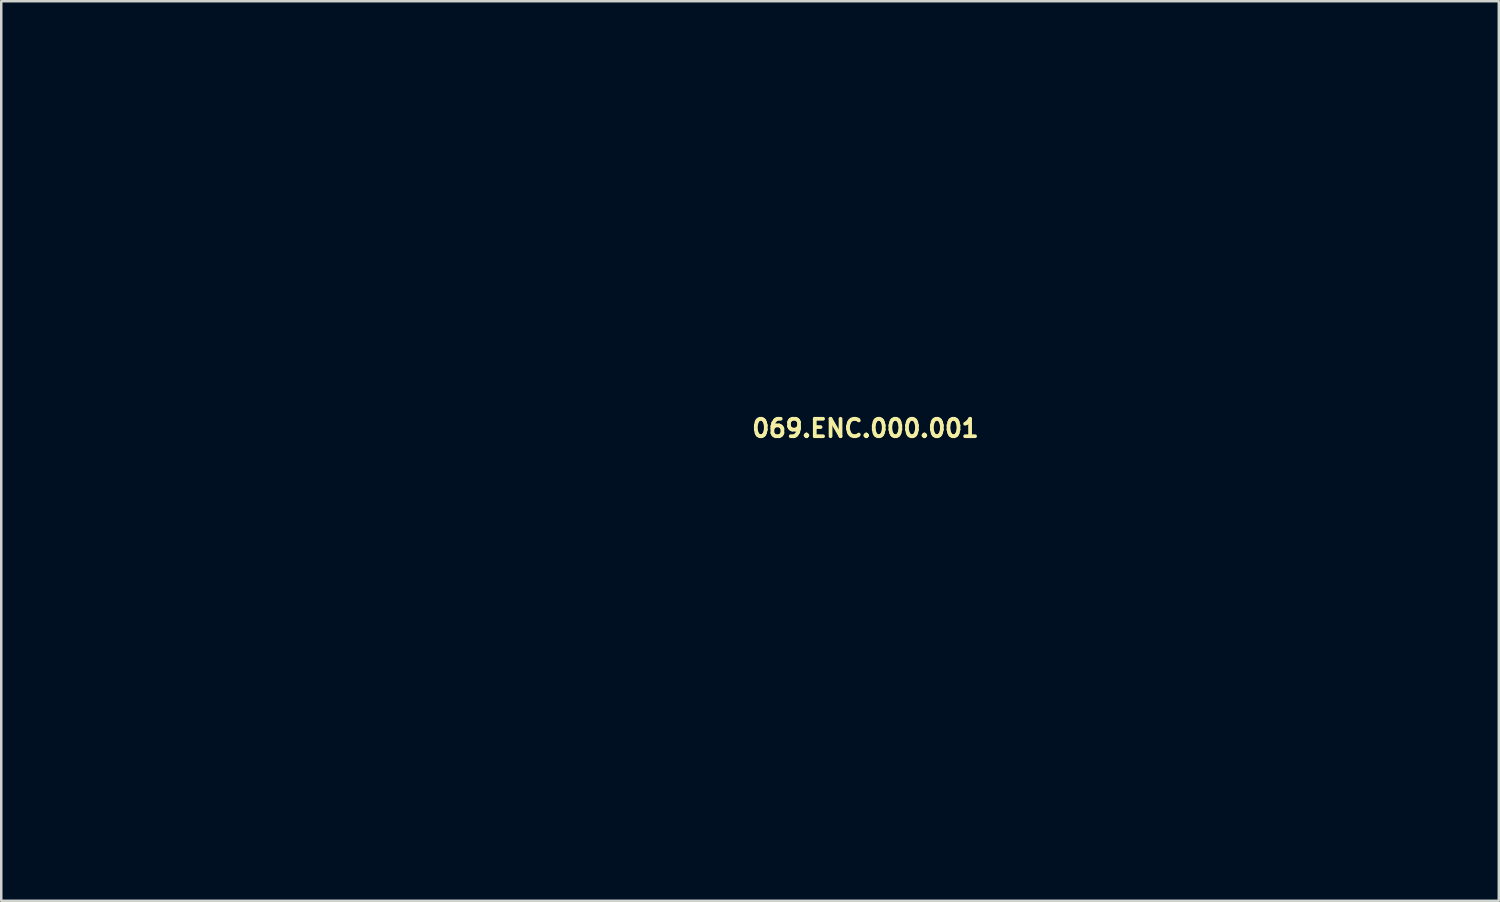
<source format=kicad_pcb>
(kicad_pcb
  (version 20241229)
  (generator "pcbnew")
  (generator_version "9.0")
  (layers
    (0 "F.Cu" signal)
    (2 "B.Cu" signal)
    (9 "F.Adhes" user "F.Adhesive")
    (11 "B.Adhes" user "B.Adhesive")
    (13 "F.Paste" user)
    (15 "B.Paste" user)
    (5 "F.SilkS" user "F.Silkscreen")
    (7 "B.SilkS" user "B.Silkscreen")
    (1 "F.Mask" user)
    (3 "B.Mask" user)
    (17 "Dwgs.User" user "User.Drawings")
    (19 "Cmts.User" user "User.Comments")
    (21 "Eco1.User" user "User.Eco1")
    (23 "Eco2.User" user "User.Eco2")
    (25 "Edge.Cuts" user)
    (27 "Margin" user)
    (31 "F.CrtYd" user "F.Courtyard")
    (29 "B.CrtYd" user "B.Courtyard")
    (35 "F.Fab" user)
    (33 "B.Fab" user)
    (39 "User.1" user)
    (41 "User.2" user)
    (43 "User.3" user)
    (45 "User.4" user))
  (footprint "069.ENC.000.001"
    (layer "F.Cu")
    (at 27.05 15.05)
    (property "Reference" "069.ENC.000.001" (at 0 -0.5 0) (unlocked yes) (layer "F.SilkS") (effects (font (size 0.7 0.7) (thickness 0.15)) (justify left bottom)))
    (attr smd)
    (fp_rect (start -27 -15) (end 27 15) (stroke (width 0.1) (type solid)) (fill no) (layer "User.5"))
    (fp_arc (start 24.5 -14.5) (mid 25.914214 -13.914214) (end 26.5 -12.5) (stroke (width 0.1) (type default)) (layer "User.8"))
    (fp_arc (start 25 -15) (mid 26.414214 -14.414214) (end 27 -13) (stroke (width 0.1) (type default)) (layer "User.8"))
    (fp_line (start -27 13) (end -27 -13) (stroke (width 0.02) (type solid)) (layer "User.9"))
    (fp_line (start -26.5 -12.5) (end -26.5 12.5) (stroke (width 0.02) (type solid)) (layer "User.9"))
    (fp_line (start -26 -10) (end -25.3 -10) (stroke (width 0.02) (type solid)) (layer "User.9"))
    (fp_line (start -26 10) (end -26 -10) (stroke (width 0.02) (type solid)) (layer "User.9"))
    (fp_line (start -25.3 -13.5) (end -22 -13.5) (stroke (width 0.02) (type solid)) (layer "User.9"))
    (fp_line (start -25.3 -10) (end -25.3 -13.5) (stroke (width 0.02) (type solid)) (layer "User.9"))
    (fp_line (start -25.3 10) (end -26 10) (stroke (width 0.02) (type solid)) (layer "User.9"))
    (fp_line (start -25.3 13.5) (end -25.3 10) (stroke (width 0.02) (type solid)) (layer "User.9"))
    (fp_line (start -25 -15) (end 25 -15) (stroke (width 0.02) (type solid)) (layer "User.9"))
    (fp_line (start -24.5 14.5) (end 24.5 14.5) (stroke (width 0.02) (type solid)) (layer "User.9"))
    (fp_line (start -22 -14) (end 22 -14) (stroke (width 0.02) (type solid)) (layer "User.9"))
    (fp_line (start -22 -13.5) (end -22 -14) (stroke (width 0.02) (type solid)) (layer "User.9"))
    (fp_line (start -22 13.5) (end -25.3 13.5) (stroke (width 0.02) (type solid)) (layer "User.9"))
    (fp_line (start -22 14) (end -22 13.5) (stroke (width 0.02) (type solid)) (layer "User.9"))
    (fp_line (start 15.45 -12.3) (end 15.45 -6.15) (stroke (width 0.02) (type solid)) (layer "User.9"))
    (fp_line (start 15.95 -5.65) (end 18.45 -5.65) (stroke (width 0.02) (type solid)) (layer "User.9"))
    (fp_line (start 18.45 -12.8) (end 15.95 -12.8) (stroke (width 0.02) (type solid)) (layer "User.9"))
    (fp_line (start 18.95 -6.15) (end 18.95 -12.3) (stroke (width 0.02) (type solid)) (layer "User.9"))
    (fp_line (start 22 -14) (end 22 -13.5) (stroke (width 0.02) (type solid)) (layer "User.9"))
    (fp_line (start 22 -13.5) (end 25.3 -13.5) (stroke (width 0.02) (type solid)) (layer "User.9"))
    (fp_line (start 22 13.5) (end 22 14) (stroke (width 0.02) (type solid)) (layer "User.9"))
    (fp_line (start 22 14) (end -22 14) (stroke (width 0.02) (type solid)) (layer "User.9"))
    (fp_line (start 24.5 -14.5) (end -24.5 -14.5) (stroke (width 0.02) (type solid)) (layer "User.9"))
    (fp_line (start 24.5 -14.5) (end 24.626 -14.496) (stroke (width 0.02) (type solid)) (layer "User.9"))
    (fp_line (start 24.626 -14.496) (end 24.751 -14.484) (stroke (width 0.02) (type solid)) (layer "User.9"))
    (fp_line (start 24.751 -14.484) (end 24.875 -14.465) (stroke (width 0.02) (type solid)) (layer "User.9"))
    (fp_line (start 24.875 -14.465) (end 24.997 -14.437) (stroke (width 0.02) (type solid)) (layer "User.9"))
    (fp_line (start 24.997 -14.437) (end 25.118 -14.402) (stroke (width 0.02) (type solid)) (layer "User.9"))
    (fp_line (start 25 -15) (end 25.126 -14.996) (stroke (width 0.02) (type solid)) (layer "User.9"))
    (fp_line (start 25 15) (end -25 15) (stroke (width 0.02) (type solid)) (layer "User.9"))
    (fp_line (start 25.118 -14.402) (end 25.236 -14.36) (stroke (width 0.02) (type solid)) (layer "User.9"))
    (fp_line (start 25.126 -14.996) (end 25.251 -14.984) (stroke (width 0.02) (type solid)) (layer "User.9"))
    (fp_line (start 25.236 -14.36) (end 25.352 -14.31) (stroke (width 0.02) (type solid)) (layer "User.9"))
    (fp_line (start 25.251 -14.984) (end 25.375 -14.965) (stroke (width 0.02) (type solid)) (layer "User.9"))
    (fp_line (start 25.3 -13.5) (end 25.3 -10) (stroke (width 0.02) (type solid)) (layer "User.9"))
    (fp_line (start 25.3 -10) (end 26 -10) (stroke (width 0.02) (type solid)) (layer "User.9"))
    (fp_line (start 25.3 10) (end 25.3 13.5) (stroke (width 0.02) (type solid)) (layer "User.9"))
    (fp_line (start 25.3 13.5) (end 22 13.5) (stroke (width 0.02) (type solid)) (layer "User.9"))
    (fp_line (start 25.352 -14.31) (end 25.464 -14.253) (stroke (width 0.02) (type solid)) (layer "User.9"))
    (fp_line (start 25.375 -14.965) (end 25.497 -14.937) (stroke (width 0.02) (type solid)) (layer "User.9"))
    (fp_line (start 25.464 -14.253) (end 25.572 -14.189) (stroke (width 0.02) (type solid)) (layer "User.9"))
    (fp_line (start 25.497 -14.937) (end 25.618 -14.902) (stroke (width 0.02) (type solid)) (layer "User.9"))
    (fp_line (start 25.572 -14.189) (end 25.676 -14.118) (stroke (width 0.02) (type solid)) (layer "User.9"))
    (fp_line (start 25.618 -14.902) (end 25.736 -14.86) (stroke (width 0.02) (type solid)) (layer "User.9"))
    (fp_line (start 25.676 -14.118) (end 25.775 -14.041) (stroke (width 0.02) (type solid)) (layer "User.9"))
    (fp_line (start 25.736 -14.86) (end 25.852 -14.81) (stroke (width 0.02) (type solid)) (layer "User.9"))
    (fp_line (start 25.775 -14.041) (end 25.869 -13.958) (stroke (width 0.02) (type solid)) (layer "User.9"))
    (fp_line (start 25.852 -14.81) (end 25.964 -14.753) (stroke (width 0.02) (type solid)) (layer "User.9"))
    (fp_line (start 25.869 -13.958) (end 25.958 -13.869) (stroke (width 0.02) (type solid)) (layer "User.9"))
    (fp_line (start 25.958 -13.869) (end 26.041 -13.775) (stroke (width 0.02) (type solid)) (layer "User.9"))
    (fp_line (start 25.964 -14.753) (end 26.072 -14.689) (stroke (width 0.02) (type solid)) (layer "User.9"))
    (fp_line (start 26 -10) (end 26 10) (stroke (width 0.02) (type solid)) (layer "User.9"))
    (fp_line (start 26 10) (end 25.3 10) (stroke (width 0.02) (type solid)) (layer "User.9"))
    (fp_line (start 26.041 -13.775) (end 26.118 -13.676) (stroke (width 0.02) (type solid)) (layer "User.9"))
    (fp_line (start 26.072 -14.689) (end 26.176 -14.618) (stroke (width 0.02) (type solid)) (layer "User.9"))
    (fp_line (start 26.118 -13.676) (end 26.189 -13.572) (stroke (width 0.02) (type solid)) (layer "User.9"))
    (fp_line (start 26.176 -14.618) (end 26.275 -14.541) (stroke (width 0.02) (type solid)) (layer "User.9"))
    (fp_line (start 26.189 -13.572) (end 26.253 -13.464) (stroke (width 0.02) (type solid)) (layer "User.9"))
    (fp_line (start 26.253 -13.464) (end 26.31 -13.352) (stroke (width 0.02) (type solid)) (layer "User.9"))
    (fp_line (start 26.275 -14.541) (end 26.369 -14.458) (stroke (width 0.02) (type solid)) (layer "User.9"))
    (fp_line (start 26.31 -13.352) (end 26.36 -13.236) (stroke (width 0.02) (type solid)) (layer "User.9"))
    (fp_line (start 26.36 -13.236) (end 26.402 -13.118) (stroke (width 0.02) (type solid)) (layer "User.9"))
    (fp_line (start 26.369 -14.458) (end 26.458 -14.369) (stroke (width 0.02) (type solid)) (layer "User.9"))
    (fp_line (start 26.402 -13.118) (end 26.437 -12.997) (stroke (width 0.02) (type solid)) (layer "User.9"))
    (fp_line (start 26.437 -12.997) (end 26.465 -12.875) (stroke (width 0.02) (type solid)) (layer "User.9"))
    (fp_line (start 26.458 -14.369) (end 26.541 -14.275) (stroke (width 0.02) (type solid)) (layer "User.9"))
    (fp_line (start 26.465 -12.875) (end 26.484 -12.751) (stroke (width 0.02) (type solid)) (layer "User.9"))
    (fp_line (start 26.484 -12.751) (end 26.496 -12.626) (stroke (width 0.02) (type solid)) (layer "User.9"))
    (fp_line (start 26.496 -12.626) (end 26.5 -12.5) (stroke (width 0.02) (type solid)) (layer "User.9"))
    (fp_line (start 26.5 12.5) (end 26.5 -12.5) (stroke (width 0.02) (type solid)) (layer "User.9"))
    (fp_line (start 26.541 -14.275) (end 26.618 -14.176) (stroke (width 0.02) (type solid)) (layer "User.9"))
    (fp_line (start 26.618 -14.176) (end 26.689 -14.072) (stroke (width 0.02) (type solid)) (layer "User.9"))
    (fp_line (start 26.689 -14.072) (end 26.753 -13.964) (stroke (width 0.02) (type solid)) (layer "User.9"))
    (fp_line (start 26.753 -13.964) (end 26.81 -13.852) (stroke (width 0.02) (type solid)) (layer "User.9"))
    (fp_line (start 26.81 -13.852) (end 26.86 -13.736) (stroke (width 0.02) (type solid)) (layer "User.9"))
    (fp_line (start 26.86 -13.736) (end 26.902 -13.618) (stroke (width 0.02) (type solid)) (layer "User.9"))
    (fp_line (start 26.902 -13.618) (end 26.937 -13.497) (stroke (width 0.02) (type solid)) (layer "User.9"))
    (fp_line (start 26.937 -13.497) (end 26.965 -13.375) (stroke (width 0.02) (type solid)) (layer "User.9"))
    (fp_line (start 26.965 -13.375) (end 26.984 -13.251) (stroke (width 0.02) (type solid)) (layer "User.9"))
    (fp_line (start 26.984 -13.251) (end 26.996 -13.126) (stroke (width 0.02) (type solid)) (layer "User.9"))
    (fp_line (start 26.996 -13.126) (end 27 -13) (stroke (width 0.02) (type solid)) (layer "User.9"))
    (fp_line (start 27 -13) (end 27 13) (stroke (width 0.02) (type solid)) (layer "User.9"))
    (fp_arc (start -26.999286 -12.999286) (mid -26.4135 -14.4135) (end -24.999286 -14.999286) (stroke (width 0.02) (type default)) (layer "User.9"))
    (fp_arc (start -26.5 -12.5) (mid -25.914214 -13.914214) (end -24.5 -14.5) (stroke (width 0.02) (type default)) (layer "User.9"))
    (fp_arc (start -24.999286 14.999286) (mid -26.4135 14.4135) (end -26.999286 12.999286) (stroke (width 0.02) (type default)) (layer "User.9"))
    (fp_arc (start -24.5 14.5) (mid -25.914214 13.914214) (end -26.5 12.5) (stroke (width 0.02) (type default)) (layer "User.9"))
    (fp_arc (start 15.45 -12.3) (mid 15.596447 -12.653552) (end 15.95 -12.8) (stroke (width 0.02) (type default)) (layer "User.9"))
    (fp_arc (start 15.95 -5.65) (mid 15.596447 -5.796447) (end 15.45 -6.15) (stroke (width 0.02) (type default)) (layer "User.9"))
    (fp_arc (start 18.45 -12.8) (mid 18.803553 -12.653553) (end 18.95 -12.3) (stroke (width 0.02) (type default)) (layer "User.9"))
    (fp_arc (start 18.95 -6.15) (mid 18.803553 -5.796447) (end 18.45 -5.65) (stroke (width 0.02) (type default)) (layer "User.9"))
    (fp_arc (start 26.5 12.5) (mid 25.914214 13.914214) (end 24.5 14.5) (stroke (width 0.02) (type default)) (layer "User.9"))
    (fp_arc (start 26.999286 12.999286) (mid 26.4135 14.4135) (end 24.999286 14.999286) (stroke (width 0.02) (type default)) (layer "User.9"))
    (fp_circle (center -21.449 -9.7) (end -20.4 -9.7) (stroke (width 0.02) (type default)) (fill no) (layer "User.9"))
    (fp_circle (center -21.449 -9.7) (end -18.95 -9.7) (stroke (width 0.02) (type default)) (fill no) (layer "User.9"))
    (fp_circle (center -21.299 9.55) (end -20.25 9.55) (stroke (width 0.02) (type default)) (fill no) (layer "User.9"))
    (fp_circle (center -21.299 9.55) (end -18.8 9.55) (stroke (width 0.02) (type default)) (fill no) (layer "User.9"))
    (fp_circle (center 21.4 9.65) (end 22.449 9.65) (stroke (width 0.02) (type default)) (fill no) (layer "User.9"))
    (fp_circle (center 21.4 9.65) (end 23.899 9.65) (stroke (width 0.02) (type default)) (fill no) (layer "User.9")))
  (gr_rect
    (start -3 -3)
    (end 57.1 33.1)
    (stroke (width 0.1) (type default))
    (fill no)
    (layer "Edge.Cuts")))
</source>
